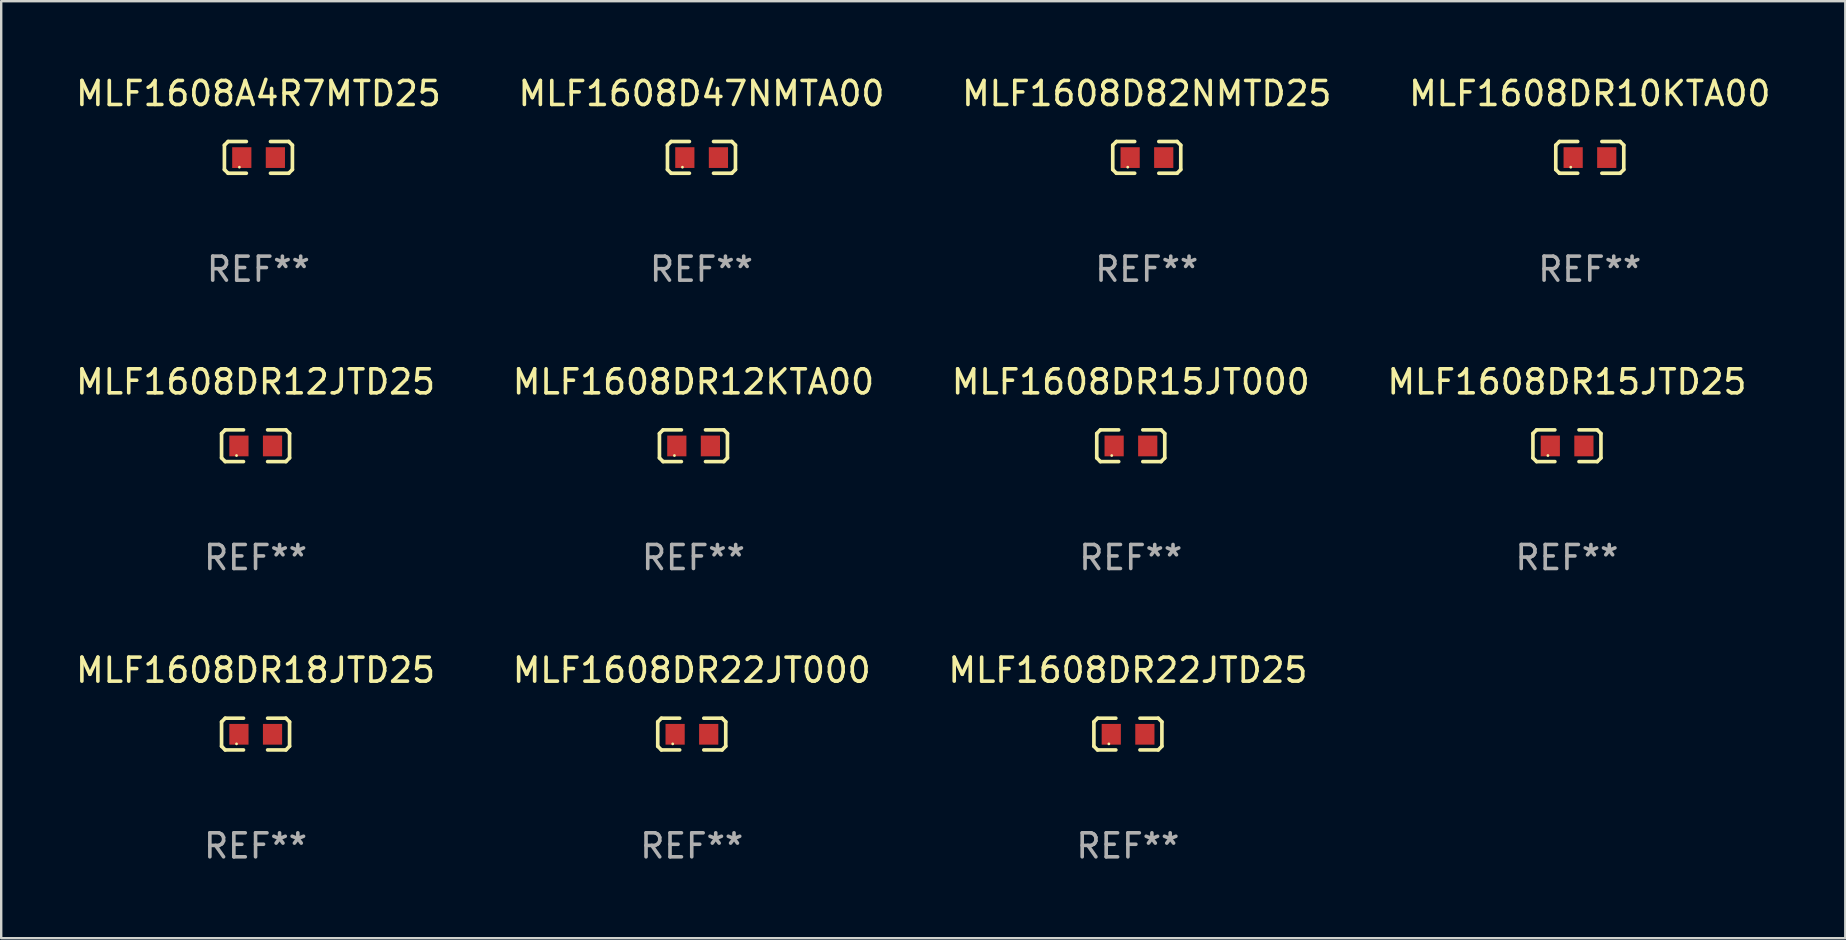
<source format=kicad_pcb>
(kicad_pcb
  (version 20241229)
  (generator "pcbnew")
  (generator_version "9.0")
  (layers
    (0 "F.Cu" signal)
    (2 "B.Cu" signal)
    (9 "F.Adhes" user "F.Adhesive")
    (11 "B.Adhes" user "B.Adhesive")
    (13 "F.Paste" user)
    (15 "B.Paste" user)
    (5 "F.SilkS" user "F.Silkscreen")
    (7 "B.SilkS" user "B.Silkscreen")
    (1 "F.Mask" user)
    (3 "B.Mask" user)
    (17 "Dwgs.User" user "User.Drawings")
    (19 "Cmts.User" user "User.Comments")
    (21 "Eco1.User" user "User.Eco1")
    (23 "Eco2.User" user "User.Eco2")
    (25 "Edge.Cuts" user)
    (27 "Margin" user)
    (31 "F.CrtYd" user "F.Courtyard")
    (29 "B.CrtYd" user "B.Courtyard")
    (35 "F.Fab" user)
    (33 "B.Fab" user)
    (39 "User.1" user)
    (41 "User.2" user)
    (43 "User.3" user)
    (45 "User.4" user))
  (footprint "MLF1608DR10KTA00"
    (layer "F.Cu")
    (at 63.208 3.509)
    (property "Reference" "MLF1608DR10KTA00" (at 0 -2.661 0) (layer "F.SilkS") (effects (font (size 1 1) (thickness 0.15))))
    (attr through_hole)
    (fp_line (start -1.417 -0.508) (end -1.265 -0.661) (stroke (width 0.152) (type solid)) (layer "F.SilkS"))
    (fp_line (start -1.417 0.508) (end -1.417 -0.508) (stroke (width 0.152) (type solid)) (layer "F.SilkS"))
    (fp_line (start -1.265 -0.661) (end -0.503 -0.661) (stroke (width 0.152) (type solid)) (layer "F.SilkS"))
    (fp_line (start -1.265 0.661) (end -1.417 0.508) (stroke (width 0.152) (type solid)) (layer "F.SilkS"))
    (fp_line (start -1.265 0.661) (end -0.503 0.661) (stroke (width 0.152) (type solid)) (layer "F.SilkS"))
    (fp_line (start 1.265 -0.661) (end 0.503 -0.661) (stroke (width 0.152) (type solid)) (layer "F.SilkS"))
    (fp_line (start 1.265 -0.661) (end 1.417 -0.508) (stroke (width 0.152) (type solid)) (layer "F.SilkS"))
    (fp_line (start 1.265 0.661) (end 0.503 0.661) (stroke (width 0.152) (type solid)) (layer "F.SilkS"))
    (fp_line (start 1.417 -0.508) (end 1.417 0.508) (stroke (width 0.152) (type solid)) (layer "F.SilkS"))
    (fp_line (start 1.417 0.508) (end 1.265 0.661) (stroke (width 0.152) (type solid)) (layer "F.SilkS"))
    (fp_circle (center -0.793 0.409) (end -0.763 0.409) (stroke (width 0.06) (type solid)) (fill no) (layer "F.SilkS"))
    (fp_text user "REF**" (at 0 4.661 0) (layer "F.Fab") (effects (font (size 1 1) (thickness 0.15))))
    (pad "1" smd rect (at -0.693 0.009 180) (size 0.8 0.864) (layers "F.Cu" "F.Mask" "F.Paste"))
    (pad "2" smd rect (at 0.707 0.009 180) (size 0.8 0.864) (layers "F.Cu" "F.Mask" "F.Paste")))
  (footprint "MLF1608DR15JTD25"
    (layer "F.Cu")
    (at 62.256 15.527)
    (property "Reference" "MLF1608DR15JTD25" (at 0 -2.661 0) (layer "F.SilkS") (effects (font (size 1 1) (thickness 0.15))))
    (attr through_hole)
    (fp_line (start -1.417 -0.508) (end -1.265 -0.661) (stroke (width 0.152) (type solid)) (layer "F.SilkS"))
    (fp_line (start -1.417 0.508) (end -1.417 -0.508) (stroke (width 0.152) (type solid)) (layer "F.SilkS"))
    (fp_line (start -1.265 -0.661) (end -0.503 -0.661) (stroke (width 0.152) (type solid)) (layer "F.SilkS"))
    (fp_line (start -1.265 0.661) (end -1.417 0.508) (stroke (width 0.152) (type solid)) (layer "F.SilkS"))
    (fp_line (start -1.265 0.661) (end -0.503 0.661) (stroke (width 0.152) (type solid)) (layer "F.SilkS"))
    (fp_line (start 1.265 -0.661) (end 0.503 -0.661) (stroke (width 0.152) (type solid)) (layer "F.SilkS"))
    (fp_line (start 1.265 -0.661) (end 1.417 -0.508) (stroke (width 0.152) (type solid)) (layer "F.SilkS"))
    (fp_line (start 1.265 0.661) (end 0.503 0.661) (stroke (width 0.152) (type solid)) (layer "F.SilkS"))
    (fp_line (start 1.417 -0.508) (end 1.417 0.508) (stroke (width 0.152) (type solid)) (layer "F.SilkS"))
    (fp_line (start 1.417 0.508) (end 1.265 0.661) (stroke (width 0.152) (type solid)) (layer "F.SilkS"))
    (fp_circle (center -0.793 0.409) (end -0.763 0.409) (stroke (width 0.06) (type solid)) (fill no) (layer "F.SilkS"))
    (fp_text user "REF**" (at 0 4.661 0) (layer "F.Fab") (effects (font (size 1 1) (thickness 0.15))))
    (pad "1" smd rect (at -0.693 0.009 180) (size 0.8 0.864) (layers "F.Cu" "F.Mask" "F.Paste"))
    (pad "2" smd rect (at 0.707 0.009 180) (size 0.8 0.864) (layers "F.Cu" "F.Mask" "F.Paste")))
  (footprint "MLF1608DR22JT000"
    (layer "F.Cu")
    (at 25.78 27.544)
    (property "Reference" "MLF1608DR22JT000" (at 0 -2.661 0) (layer "F.SilkS") (effects (font (size 1 1) (thickness 0.15))))
    (attr through_hole)
    (fp_line (start -1.417 -0.508) (end -1.265 -0.661) (stroke (width 0.152) (type solid)) (layer "F.SilkS"))
    (fp_line (start -1.417 0.508) (end -1.417 -0.508) (stroke (width 0.152) (type solid)) (layer "F.SilkS"))
    (fp_line (start -1.265 -0.661) (end -0.503 -0.661) (stroke (width 0.152) (type solid)) (layer "F.SilkS"))
    (fp_line (start -1.265 0.661) (end -1.417 0.508) (stroke (width 0.152) (type solid)) (layer "F.SilkS"))
    (fp_line (start -1.265 0.661) (end -0.503 0.661) (stroke (width 0.152) (type solid)) (layer "F.SilkS"))
    (fp_line (start 1.265 -0.661) (end 0.503 -0.661) (stroke (width 0.152) (type solid)) (layer "F.SilkS"))
    (fp_line (start 1.265 -0.661) (end 1.417 -0.508) (stroke (width 0.152) (type solid)) (layer "F.SilkS"))
    (fp_line (start 1.265 0.661) (end 0.503 0.661) (stroke (width 0.152) (type solid)) (layer "F.SilkS"))
    (fp_line (start 1.417 -0.508) (end 1.417 0.508) (stroke (width 0.152) (type solid)) (layer "F.SilkS"))
    (fp_line (start 1.417 0.508) (end 1.265 0.661) (stroke (width 0.152) (type solid)) (layer "F.SilkS"))
    (fp_circle (center -0.793 0.409) (end -0.763 0.409) (stroke (width 0.06) (type solid)) (fill no) (layer "F.SilkS"))
    (fp_text user "REF**" (at 0 4.661 0) (layer "F.Fab") (effects (font (size 1 1) (thickness 0.15))))
    (pad "1" smd rect (at -0.693 0.009 180) (size 0.8 0.864) (layers "F.Cu" "F.Mask" "F.Paste"))
    (pad "2" smd rect (at 0.707 0.009 180) (size 0.8 0.864) (layers "F.Cu" "F.Mask" "F.Paste")))
  (footprint "MLF1608DR18JTD25"
    (layer "F.Cu")
    (at 7.601 27.544)
    (property "Reference" "MLF1608DR18JTD25" (at 0 -2.661 0) (layer "F.SilkS") (effects (font (size 1 1) (thickness 0.15))))
    (attr through_hole)
    (fp_line (start -1.417 -0.508) (end -1.265 -0.661) (stroke (width 0.152) (type solid)) (layer "F.SilkS"))
    (fp_line (start -1.417 0.508) (end -1.417 -0.508) (stroke (width 0.152) (type solid)) (layer "F.SilkS"))
    (fp_line (start -1.265 -0.661) (end -0.503 -0.661) (stroke (width 0.152) (type solid)) (layer "F.SilkS"))
    (fp_line (start -1.265 0.661) (end -1.417 0.508) (stroke (width 0.152) (type solid)) (layer "F.SilkS"))
    (fp_line (start -1.265 0.661) (end -0.503 0.661) (stroke (width 0.152) (type solid)) (layer "F.SilkS"))
    (fp_line (start 1.265 -0.661) (end 0.503 -0.661) (stroke (width 0.152) (type solid)) (layer "F.SilkS"))
    (fp_line (start 1.265 -0.661) (end 1.417 -0.508) (stroke (width 0.152) (type solid)) (layer "F.SilkS"))
    (fp_line (start 1.265 0.661) (end 0.503 0.661) (stroke (width 0.152) (type solid)) (layer "F.SilkS"))
    (fp_line (start 1.417 -0.508) (end 1.417 0.508) (stroke (width 0.152) (type solid)) (layer "F.SilkS"))
    (fp_line (start 1.417 0.508) (end 1.265 0.661) (stroke (width 0.152) (type solid)) (layer "F.SilkS"))
    (fp_circle (center -0.793 0.409) (end -0.763 0.409) (stroke (width 0.06) (type solid)) (fill no) (layer "F.SilkS"))
    (fp_text user "REF**" (at 0 4.661 0) (layer "F.Fab") (effects (font (size 1 1) (thickness 0.15))))
    (pad "1" smd rect (at -0.693 0.009 180) (size 0.8 0.864) (layers "F.Cu" "F.Mask" "F.Paste"))
    (pad "2" smd rect (at 0.707 0.009 180) (size 0.8 0.864) (layers "F.Cu" "F.Mask" "F.Paste")))
  (footprint "MLF1608DR15JT000"
    (layer "F.Cu")
    (at 44.077 15.527)
    (property "Reference" "MLF1608DR15JT000" (at 0 -2.661 0) (layer "F.SilkS") (effects (font (size 1 1) (thickness 0.15))))
    (attr through_hole)
    (fp_line (start -1.417 -0.508) (end -1.265 -0.661) (stroke (width 0.152) (type solid)) (layer "F.SilkS"))
    (fp_line (start -1.417 0.508) (end -1.417 -0.508) (stroke (width 0.152) (type solid)) (layer "F.SilkS"))
    (fp_line (start -1.265 -0.661) (end -0.503 -0.661) (stroke (width 0.152) (type solid)) (layer "F.SilkS"))
    (fp_line (start -1.265 0.661) (end -1.417 0.508) (stroke (width 0.152) (type solid)) (layer "F.SilkS"))
    (fp_line (start -1.265 0.661) (end -0.503 0.661) (stroke (width 0.152) (type solid)) (layer "F.SilkS"))
    (fp_line (start 1.265 -0.661) (end 0.503 -0.661) (stroke (width 0.152) (type solid)) (layer "F.SilkS"))
    (fp_line (start 1.265 -0.661) (end 1.417 -0.508) (stroke (width 0.152) (type solid)) (layer "F.SilkS"))
    (fp_line (start 1.265 0.661) (end 0.503 0.661) (stroke (width 0.152) (type solid)) (layer "F.SilkS"))
    (fp_line (start 1.417 -0.508) (end 1.417 0.508) (stroke (width 0.152) (type solid)) (layer "F.SilkS"))
    (fp_line (start 1.417 0.508) (end 1.265 0.661) (stroke (width 0.152) (type solid)) (layer "F.SilkS"))
    (fp_circle (center -0.793 0.409) (end -0.763 0.409) (stroke (width 0.06) (type solid)) (fill no) (layer "F.SilkS"))
    (fp_text user "REF**" (at 0 4.661 0) (layer "F.Fab") (effects (font (size 1 1) (thickness 0.15))))
    (pad "1" smd rect (at -0.693 0.009 180) (size 0.8 0.864) (layers "F.Cu" "F.Mask" "F.Paste"))
    (pad "2" smd rect (at 0.707 0.009 180) (size 0.8 0.864) (layers "F.Cu" "F.Mask" "F.Paste")))
  (footprint "MLF1608D82NMTD25"
    (layer "F.Cu")
    (at 44.744 3.509)
    (property "Reference" "MLF1608D82NMTD25" (at 0 -2.661 0) (layer "F.SilkS") (effects (font (size 1 1) (thickness 0.15))))
    (attr through_hole)
    (fp_line (start -1.417 -0.508) (end -1.265 -0.661) (stroke (width 0.152) (type solid)) (layer "F.SilkS"))
    (fp_line (start -1.417 0.508) (end -1.417 -0.508) (stroke (width 0.152) (type solid)) (layer "F.SilkS"))
    (fp_line (start -1.265 -0.661) (end -0.503 -0.661) (stroke (width 0.152) (type solid)) (layer "F.SilkS"))
    (fp_line (start -1.265 0.661) (end -1.417 0.508) (stroke (width 0.152) (type solid)) (layer "F.SilkS"))
    (fp_line (start -1.265 0.661) (end -0.503 0.661) (stroke (width 0.152) (type solid)) (layer "F.SilkS"))
    (fp_line (start 1.265 -0.661) (end 0.503 -0.661) (stroke (width 0.152) (type solid)) (layer "F.SilkS"))
    (fp_line (start 1.265 -0.661) (end 1.417 -0.508) (stroke (width 0.152) (type solid)) (layer "F.SilkS"))
    (fp_line (start 1.265 0.661) (end 0.503 0.661) (stroke (width 0.152) (type solid)) (layer "F.SilkS"))
    (fp_line (start 1.417 -0.508) (end 1.417 0.508) (stroke (width 0.152) (type solid)) (layer "F.SilkS"))
    (fp_line (start 1.417 0.508) (end 1.265 0.661) (stroke (width 0.152) (type solid)) (layer "F.SilkS"))
    (fp_circle (center -0.793 0.409) (end -0.763 0.409) (stroke (width 0.06) (type solid)) (fill no) (layer "F.SilkS"))
    (fp_text user "REF**" (at 0 4.661 0) (layer "F.Fab") (effects (font (size 1 1) (thickness 0.15))))
    (pad "1" smd rect (at -0.693 0.009 180) (size 0.8 0.864) (layers "F.Cu" "F.Mask" "F.Paste"))
    (pad "2" smd rect (at 0.707 0.009 180) (size 0.8 0.864) (layers "F.Cu" "F.Mask" "F.Paste")))
  (footprint "MLF1608DR12KTA00"
    (layer "F.Cu")
    (at 25.851 15.527)
    (property "Reference" "MLF1608DR12KTA00" (at 0 -2.661 0) (layer "F.SilkS") (effects (font (size 1 1) (thickness 0.15))))
    (attr through_hole)
    (fp_line (start -1.417 -0.508) (end -1.265 -0.661) (stroke (width 0.152) (type solid)) (layer "F.SilkS"))
    (fp_line (start -1.417 0.508) (end -1.417 -0.508) (stroke (width 0.152) (type solid)) (layer "F.SilkS"))
    (fp_line (start -1.265 -0.661) (end -0.503 -0.661) (stroke (width 0.152) (type solid)) (layer "F.SilkS"))
    (fp_line (start -1.265 0.661) (end -1.417 0.508) (stroke (width 0.152) (type solid)) (layer "F.SilkS"))
    (fp_line (start -1.265 0.661) (end -0.503 0.661) (stroke (width 0.152) (type solid)) (layer "F.SilkS"))
    (fp_line (start 1.265 -0.661) (end 0.503 -0.661) (stroke (width 0.152) (type solid)) (layer "F.SilkS"))
    (fp_line (start 1.265 -0.661) (end 1.417 -0.508) (stroke (width 0.152) (type solid)) (layer "F.SilkS"))
    (fp_line (start 1.265 0.661) (end 0.503 0.661) (stroke (width 0.152) (type solid)) (layer "F.SilkS"))
    (fp_line (start 1.417 -0.508) (end 1.417 0.508) (stroke (width 0.152) (type solid)) (layer "F.SilkS"))
    (fp_line (start 1.417 0.508) (end 1.265 0.661) (stroke (width 0.152) (type solid)) (layer "F.SilkS"))
    (fp_circle (center -0.793 0.409) (end -0.763 0.409) (stroke (width 0.06) (type solid)) (fill no) (layer "F.SilkS"))
    (fp_text user "REF**" (at 0 4.661 0) (layer "F.Fab") (effects (font (size 1 1) (thickness 0.15))))
    (pad "1" smd rect (at -0.693 0.009 180) (size 0.8 0.864) (layers "F.Cu" "F.Mask" "F.Paste"))
    (pad "2" smd rect (at 0.707 0.009 180) (size 0.8 0.864) (layers "F.Cu" "F.Mask" "F.Paste")))
  (footprint "MLF1608D47NMTA00"
    (layer "F.Cu")
    (at 26.185 3.509)
    (property "Reference" "MLF1608D47NMTA00" (at 0 -2.661 0) (layer "F.SilkS") (effects (font (size 1 1) (thickness 0.15))))
    (attr through_hole)
    (fp_line (start -1.417 -0.508) (end -1.265 -0.661) (stroke (width 0.152) (type solid)) (layer "F.SilkS"))
    (fp_line (start -1.417 0.508) (end -1.417 -0.508) (stroke (width 0.152) (type solid)) (layer "F.SilkS"))
    (fp_line (start -1.265 -0.661) (end -0.503 -0.661) (stroke (width 0.152) (type solid)) (layer "F.SilkS"))
    (fp_line (start -1.265 0.661) (end -1.417 0.508) (stroke (width 0.152) (type solid)) (layer "F.SilkS"))
    (fp_line (start -1.265 0.661) (end -0.503 0.661) (stroke (width 0.152) (type solid)) (layer "F.SilkS"))
    (fp_line (start 1.265 -0.661) (end 0.503 -0.661) (stroke (width 0.152) (type solid)) (layer "F.SilkS"))
    (fp_line (start 1.265 -0.661) (end 1.417 -0.508) (stroke (width 0.152) (type solid)) (layer "F.SilkS"))
    (fp_line (start 1.265 0.661) (end 0.503 0.661) (stroke (width 0.152) (type solid)) (layer "F.SilkS"))
    (fp_line (start 1.417 -0.508) (end 1.417 0.508) (stroke (width 0.152) (type solid)) (layer "F.SilkS"))
    (fp_line (start 1.417 0.508) (end 1.265 0.661) (stroke (width 0.152) (type solid)) (layer "F.SilkS"))
    (fp_circle (center -0.793 0.409) (end -0.763 0.409) (stroke (width 0.06) (type solid)) (fill no) (layer "F.SilkS"))
    (fp_text user "REF**" (at 0 4.661 0) (layer "F.Fab") (effects (font (size 1 1) (thickness 0.15))))
    (pad "1" smd rect (at -0.693 0.009 180) (size 0.8 0.864) (layers "F.Cu" "F.Mask" "F.Paste"))
    (pad "2" smd rect (at 0.707 0.009 180) (size 0.8 0.864) (layers "F.Cu" "F.Mask" "F.Paste")))
  (footprint "MLF1608DR12JTD25"
    (layer "F.Cu")
    (at 7.601 15.527)
    (property "Reference" "MLF1608DR12JTD25" (at 0 -2.661 0) (layer "F.SilkS") (effects (font (size 1 1) (thickness 0.15))))
    (attr through_hole)
    (fp_line (start -1.417 -0.508) (end -1.265 -0.661) (stroke (width 0.152) (type solid)) (layer "F.SilkS"))
    (fp_line (start -1.417 0.508) (end -1.417 -0.508) (stroke (width 0.152) (type solid)) (layer "F.SilkS"))
    (fp_line (start -1.265 -0.661) (end -0.503 -0.661) (stroke (width 0.152) (type solid)) (layer "F.SilkS"))
    (fp_line (start -1.265 0.661) (end -1.417 0.508) (stroke (width 0.152) (type solid)) (layer "F.SilkS"))
    (fp_line (start -1.265 0.661) (end -0.503 0.661) (stroke (width 0.152) (type solid)) (layer "F.SilkS"))
    (fp_line (start 1.265 -0.661) (end 0.503 -0.661) (stroke (width 0.152) (type solid)) (layer "F.SilkS"))
    (fp_line (start 1.265 -0.661) (end 1.417 -0.508) (stroke (width 0.152) (type solid)) (layer "F.SilkS"))
    (fp_line (start 1.265 0.661) (end 0.503 0.661) (stroke (width 0.152) (type solid)) (layer "F.SilkS"))
    (fp_line (start 1.417 -0.508) (end 1.417 0.508) (stroke (width 0.152) (type solid)) (layer "F.SilkS"))
    (fp_line (start 1.417 0.508) (end 1.265 0.661) (stroke (width 0.152) (type solid)) (layer "F.SilkS"))
    (fp_circle (center -0.793 0.409) (end -0.763 0.409) (stroke (width 0.06) (type solid)) (fill no) (layer "F.SilkS"))
    (fp_text user "REF**" (at 0 4.661 0) (layer "F.Fab") (effects (font (size 1 1) (thickness 0.15))))
    (pad "1" smd rect (at -0.693 0.009 180) (size 0.8 0.864) (layers "F.Cu" "F.Mask" "F.Paste"))
    (pad "2" smd rect (at 0.707 0.009 180) (size 0.8 0.864) (layers "F.Cu" "F.Mask" "F.Paste")))
  (footprint "MLF1608DR22JTD25"
    (layer "F.Cu")
    (at 43.958 27.544)
    (property "Reference" "MLF1608DR22JTD25" (at 0 -2.661 0) (layer "F.SilkS") (effects (font (size 1 1) (thickness 0.15))))
    (attr through_hole)
    (fp_line (start -1.417 -0.508) (end -1.265 -0.661) (stroke (width 0.152) (type solid)) (layer "F.SilkS"))
    (fp_line (start -1.417 0.508) (end -1.417 -0.508) (stroke (width 0.152) (type solid)) (layer "F.SilkS"))
    (fp_line (start -1.265 -0.661) (end -0.503 -0.661) (stroke (width 0.152) (type solid)) (layer "F.SilkS"))
    (fp_line (start -1.265 0.661) (end -1.417 0.508) (stroke (width 0.152) (type solid)) (layer "F.SilkS"))
    (fp_line (start -1.265 0.661) (end -0.503 0.661) (stroke (width 0.152) (type solid)) (layer "F.SilkS"))
    (fp_line (start 1.265 -0.661) (end 0.503 -0.661) (stroke (width 0.152) (type solid)) (layer "F.SilkS"))
    (fp_line (start 1.265 -0.661) (end 1.417 -0.508) (stroke (width 0.152) (type solid)) (layer "F.SilkS"))
    (fp_line (start 1.265 0.661) (end 0.503 0.661) (stroke (width 0.152) (type solid)) (layer "F.SilkS"))
    (fp_line (start 1.417 -0.508) (end 1.417 0.508) (stroke (width 0.152) (type solid)) (layer "F.SilkS"))
    (fp_line (start 1.417 0.508) (end 1.265 0.661) (stroke (width 0.152) (type solid)) (layer "F.SilkS"))
    (fp_circle (center -0.793 0.409) (end -0.763 0.409) (stroke (width 0.06) (type solid)) (fill no) (layer "F.SilkS"))
    (fp_text user "REF**" (at 0 4.661 0) (layer "F.Fab") (effects (font (size 1 1) (thickness 0.15))))
    (pad "1" smd rect (at -0.693 0.009 180) (size 0.8 0.864) (layers "F.Cu" "F.Mask" "F.Paste"))
    (pad "2" smd rect (at 0.707 0.009 180) (size 0.8 0.864) (layers "F.Cu" "F.Mask" "F.Paste")))
  (footprint "MLF1608A4R7MTD25"
    (layer "F.Cu")
    (at 7.72 3.509)
    (property "Reference" "MLF1608A4R7MTD25" (at 0 -2.661 0) (layer "F.SilkS") (effects (font (size 1 1) (thickness 0.15))))
    (attr through_hole)
    (fp_line (start -1.417 -0.508) (end -1.265 -0.661) (stroke (width 0.152) (type solid)) (layer "F.SilkS"))
    (fp_line (start -1.417 0.508) (end -1.417 -0.508) (stroke (width 0.152) (type solid)) (layer "F.SilkS"))
    (fp_line (start -1.265 -0.661) (end -0.503 -0.661) (stroke (width 0.152) (type solid)) (layer "F.SilkS"))
    (fp_line (start -1.265 0.661) (end -1.417 0.508) (stroke (width 0.152) (type solid)) (layer "F.SilkS"))
    (fp_line (start -1.265 0.661) (end -0.503 0.661) (stroke (width 0.152) (type solid)) (layer "F.SilkS"))
    (fp_line (start 1.265 -0.661) (end 0.503 -0.661) (stroke (width 0.152) (type solid)) (layer "F.SilkS"))
    (fp_line (start 1.265 -0.661) (end 1.417 -0.508) (stroke (width 0.152) (type solid)) (layer "F.SilkS"))
    (fp_line (start 1.265 0.661) (end 0.503 0.661) (stroke (width 0.152) (type solid)) (layer "F.SilkS"))
    (fp_line (start 1.417 -0.508) (end 1.417 0.508) (stroke (width 0.152) (type solid)) (layer "F.SilkS"))
    (fp_line (start 1.417 0.508) (end 1.265 0.661) (stroke (width 0.152) (type solid)) (layer "F.SilkS"))
    (fp_circle (center -0.793 0.409) (end -0.763 0.409) (stroke (width 0.06) (type solid)) (fill no) (layer "F.SilkS"))
    (fp_text user "REF**" (at 0 4.661 0) (layer "F.Fab") (effects (font (size 1 1) (thickness 0.15))))
    (pad "1" smd rect (at -0.693 0.009 180) (size 0.8 0.864) (layers "F.Cu" "F.Mask" "F.Paste"))
    (pad "2" smd rect (at 0.707 0.009 180) (size 0.8 0.864) (layers "F.Cu" "F.Mask" "F.Paste")))
  (gr_rect
    (start -3 -3)
    (end 73.857 36.053)
    (stroke (width 0.1) (type default))
    (fill no)
    (layer "Edge.Cuts")))
</source>
